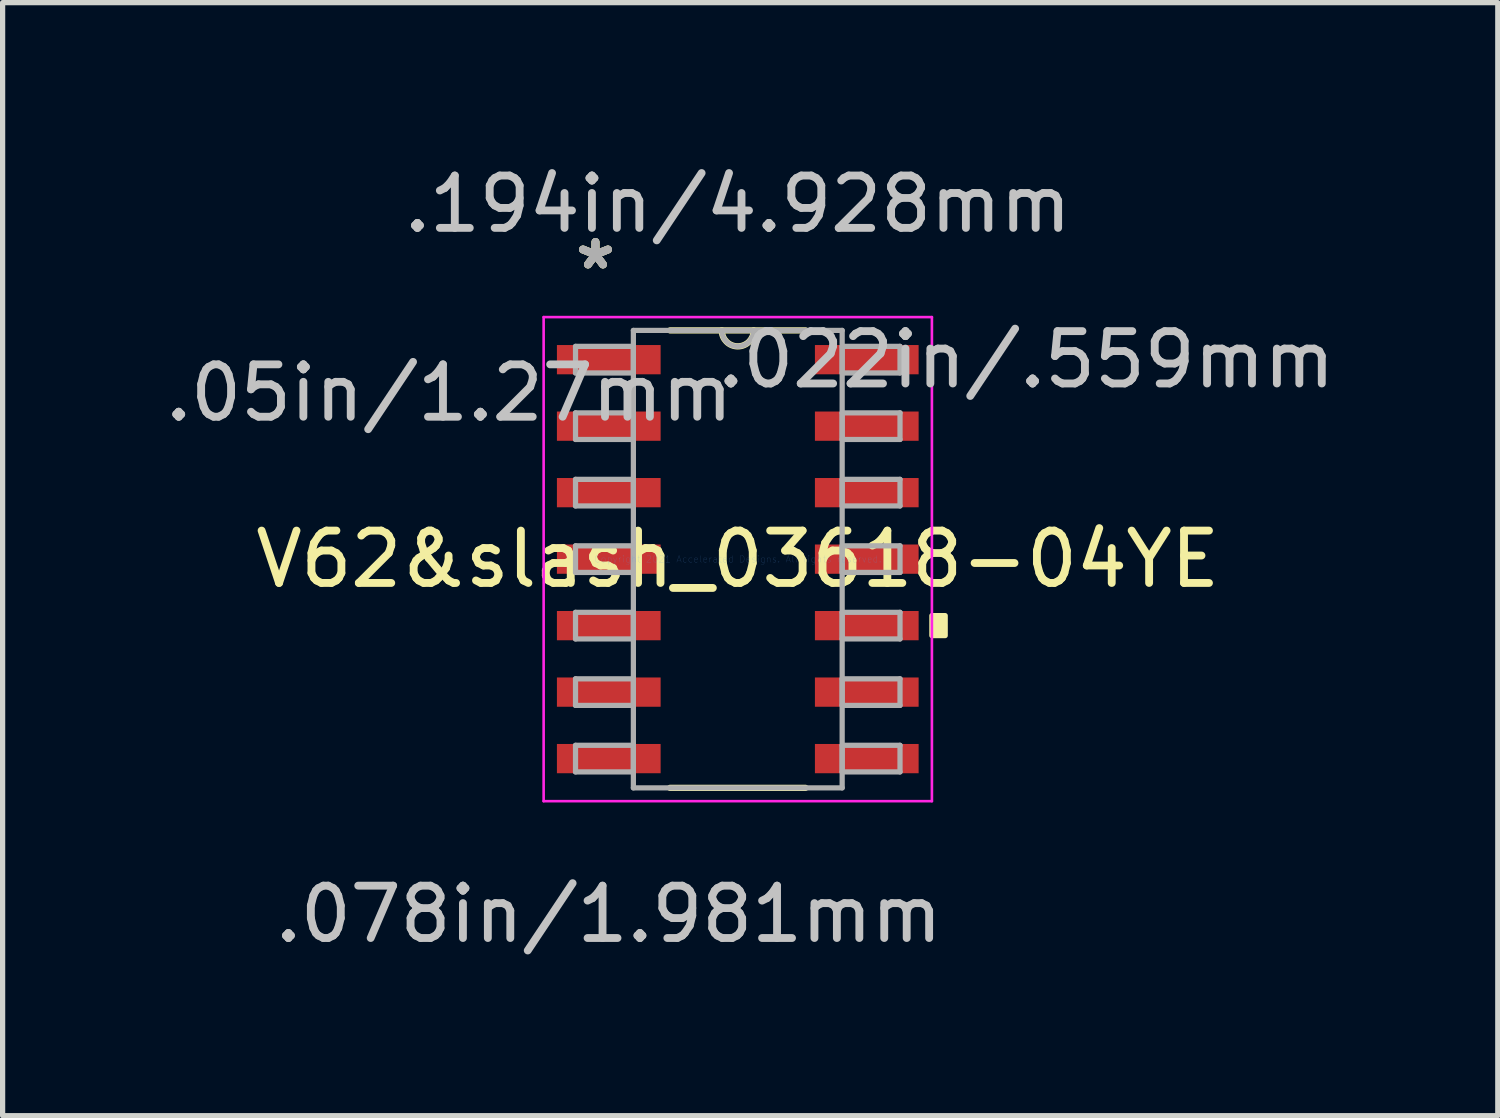
<source format=kicad_pcb>
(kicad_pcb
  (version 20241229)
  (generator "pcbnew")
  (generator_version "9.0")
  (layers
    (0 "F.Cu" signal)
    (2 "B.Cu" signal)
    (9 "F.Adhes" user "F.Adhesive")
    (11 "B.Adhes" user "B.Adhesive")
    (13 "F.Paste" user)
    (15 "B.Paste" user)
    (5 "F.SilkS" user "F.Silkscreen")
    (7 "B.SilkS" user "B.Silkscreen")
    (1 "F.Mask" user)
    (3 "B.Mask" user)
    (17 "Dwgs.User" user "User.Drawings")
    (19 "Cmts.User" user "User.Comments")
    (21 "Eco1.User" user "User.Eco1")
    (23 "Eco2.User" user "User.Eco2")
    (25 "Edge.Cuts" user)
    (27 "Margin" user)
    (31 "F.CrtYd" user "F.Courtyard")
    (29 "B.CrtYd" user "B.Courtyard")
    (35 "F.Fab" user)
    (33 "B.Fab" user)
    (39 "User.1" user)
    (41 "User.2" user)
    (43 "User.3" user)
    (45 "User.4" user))
  (footprint "V62&slash_03618-04YE"
    (layer "F.Cu")
    (at 11.042 7.63)
    (property "Reference" "V62&slash_03618-04YE" (at 0 0 0) (layer "F.SilkS") (effects (font (size 1 1) (thickness 0.15))))
    (attr through_hole)
    (fp_line (start -1.293 4.369) (end 1.293 4.369) (stroke (width 0.12) (type solid)) (layer "F.SilkS"))
    (fp_line (start 1.293 -4.369) (end -1.293 -4.369) (stroke (width 0.12) (type solid)) (layer "F.SilkS"))
    (fp_arc (start 0.3048 -4.3688) (mid 0 -4.064) (end -0.3048 -4.3688) (stroke (width 0.12) (type solid)) (layer "F.SilkS"))
    (fp_poly (pts (xy 3.962 1.079) (xy 3.962 1.46) (xy 3.708 1.46) (xy 3.708 1.079)) (stroke (width 0.1) (type solid)) (fill yes) (layer "F.SilkS"))
    (fp_line (start -3.708 -4.623) (end 3.708 -4.623) (stroke (width 0.05) (type solid)) (layer "F.CrtYd"))
    (fp_line (start -3.708 4.623) (end -3.708 -4.623) (stroke (width 0.05) (type solid)) (layer "F.CrtYd"))
    (fp_line (start 3.708 -4.623) (end 3.708 4.623) (stroke (width 0.05) (type solid)) (layer "F.CrtYd"))
    (fp_line (start 3.708 4.623) (end -3.708 4.623) (stroke (width 0.05) (type solid)) (layer "F.CrtYd"))
    (fp_line (start -3.099 -4.064) (end -3.099 -3.556) (stroke (width 0.1) (type solid)) (layer "F.Fab"))
    (fp_line (start -3.099 -3.556) (end -1.994 -3.556) (stroke (width 0.1) (type solid)) (layer "F.Fab"))
    (fp_line (start -3.099 -2.794) (end -3.099 -2.286) (stroke (width 0.1) (type solid)) (layer "F.Fab"))
    (fp_line (start -3.099 -2.286) (end -1.994 -2.286) (stroke (width 0.1) (type solid)) (layer "F.Fab"))
    (fp_line (start -3.099 -1.524) (end -3.099 -1.016) (stroke (width 0.1) (type solid)) (layer "F.Fab"))
    (fp_line (start -3.099 -1.016) (end -1.994 -1.016) (stroke (width 0.1) (type solid)) (layer "F.Fab"))
    (fp_line (start -3.099 -0.254) (end -3.099 0.254) (stroke (width 0.1) (type solid)) (layer "F.Fab"))
    (fp_line (start -3.099 0.254) (end -1.994 0.254) (stroke (width 0.1) (type solid)) (layer "F.Fab"))
    (fp_line (start -3.099 1.016) (end -3.099 1.524) (stroke (width 0.1) (type solid)) (layer "F.Fab"))
    (fp_line (start -3.099 1.524) (end -1.994 1.524) (stroke (width 0.1) (type solid)) (layer "F.Fab"))
    (fp_line (start -3.099 2.286) (end -3.099 2.794) (stroke (width 0.1) (type solid)) (layer "F.Fab"))
    (fp_line (start -3.099 2.794) (end -1.994 2.794) (stroke (width 0.1) (type solid)) (layer "F.Fab"))
    (fp_line (start -3.099 3.556) (end -3.099 4.064) (stroke (width 0.1) (type solid)) (layer "F.Fab"))
    (fp_line (start -3.099 4.064) (end -1.994 4.064) (stroke (width 0.1) (type solid)) (layer "F.Fab"))
    (fp_line (start -1.994 -4.369) (end -1.994 4.369) (stroke (width 0.1) (type solid)) (layer "F.Fab"))
    (fp_line (start -1.994 -4.064) (end -3.099 -4.064) (stroke (width 0.1) (type solid)) (layer "F.Fab"))
    (fp_line (start -1.994 -3.556) (end -1.994 -4.064) (stroke (width 0.1) (type solid)) (layer "F.Fab"))
    (fp_line (start -1.994 -2.794) (end -3.099 -2.794) (stroke (width 0.1) (type solid)) (layer "F.Fab"))
    (fp_line (start -1.994 -2.286) (end -1.994 -2.794) (stroke (width 0.1) (type solid)) (layer "F.Fab"))
    (fp_line (start -1.994 -1.524) (end -3.099 -1.524) (stroke (width 0.1) (type solid)) (layer "F.Fab"))
    (fp_line (start -1.994 -1.016) (end -1.994 -1.524) (stroke (width 0.1) (type solid)) (layer "F.Fab"))
    (fp_line (start -1.994 -0.254) (end -3.099 -0.254) (stroke (width 0.1) (type solid)) (layer "F.Fab"))
    (fp_line (start -1.994 0.254) (end -1.994 -0.254) (stroke (width 0.1) (type solid)) (layer "F.Fab"))
    (fp_line (start -1.994 1.016) (end -3.099 1.016) (stroke (width 0.1) (type solid)) (layer "F.Fab"))
    (fp_line (start -1.994 1.524) (end -1.994 1.016) (stroke (width 0.1) (type solid)) (layer "F.Fab"))
    (fp_line (start -1.994 2.286) (end -3.099 2.286) (stroke (width 0.1) (type solid)) (layer "F.Fab"))
    (fp_line (start -1.994 2.794) (end -1.994 2.286) (stroke (width 0.1) (type solid)) (layer "F.Fab"))
    (fp_line (start -1.994 3.556) (end -3.099 3.556) (stroke (width 0.1) (type solid)) (layer "F.Fab"))
    (fp_line (start -1.994 4.064) (end -1.994 3.556) (stroke (width 0.1) (type solid)) (layer "F.Fab"))
    (fp_line (start -1.994 4.369) (end 1.994 4.369) (stroke (width 0.1) (type solid)) (layer "F.Fab"))
    (fp_line (start 1.994 -4.369) (end -1.994 -4.369) (stroke (width 0.1) (type solid)) (layer "F.Fab"))
    (fp_line (start 1.994 -4.064) (end 1.994 -3.556) (stroke (width 0.1) (type solid)) (layer "F.Fab"))
    (fp_line (start 1.994 -3.556) (end 3.099 -3.556) (stroke (width 0.1) (type solid)) (layer "F.Fab"))
    (fp_line (start 1.994 -2.794) (end 1.994 -2.286) (stroke (width 0.1) (type solid)) (layer "F.Fab"))
    (fp_line (start 1.994 -2.286) (end 3.099 -2.286) (stroke (width 0.1) (type solid)) (layer "F.Fab"))
    (fp_line (start 1.994 -1.524) (end 1.994 -1.016) (stroke (width 0.1) (type solid)) (layer "F.Fab"))
    (fp_line (start 1.994 -1.016) (end 3.099 -1.016) (stroke (width 0.1) (type solid)) (layer "F.Fab"))
    (fp_line (start 1.994 -0.254) (end 1.994 0.254) (stroke (width 0.1) (type solid)) (layer "F.Fab"))
    (fp_line (start 1.994 0.254) (end 3.099 0.254) (stroke (width 0.1) (type solid)) (layer "F.Fab"))
    (fp_line (start 1.994 1.016) (end 1.994 1.524) (stroke (width 0.1) (type solid)) (layer "F.Fab"))
    (fp_line (start 1.994 1.524) (end 3.099 1.524) (stroke (width 0.1) (type solid)) (layer "F.Fab"))
    (fp_line (start 1.994 2.286) (end 1.994 2.794) (stroke (width 0.1) (type solid)) (layer "F.Fab"))
    (fp_line (start 1.994 2.794) (end 3.099 2.794) (stroke (width 0.1) (type solid)) (layer "F.Fab"))
    (fp_line (start 1.994 3.556) (end 1.994 4.064) (stroke (width 0.1) (type solid)) (layer "F.Fab"))
    (fp_line (start 1.994 4.064) (end 3.099 4.064) (stroke (width 0.1) (type solid)) (layer "F.Fab"))
    (fp_line (start 1.994 4.369) (end 1.994 -4.369) (stroke (width 0.1) (type solid)) (layer "F.Fab"))
    (fp_line (start 3.099 -4.064) (end 1.994 -4.064) (stroke (width 0.1) (type solid)) (layer "F.Fab"))
    (fp_line (start 3.099 -3.556) (end 3.099 -4.064) (stroke (width 0.1) (type solid)) (layer "F.Fab"))
    (fp_line (start 3.099 -2.794) (end 1.994 -2.794) (stroke (width 0.1) (type solid)) (layer "F.Fab"))
    (fp_line (start 3.099 -2.286) (end 3.099 -2.794) (stroke (width 0.1) (type solid)) (layer "F.Fab"))
    (fp_line (start 3.099 -1.524) (end 1.994 -1.524) (stroke (width 0.1) (type solid)) (layer "F.Fab"))
    (fp_line (start 3.099 -1.016) (end 3.099 -1.524) (stroke (width 0.1) (type solid)) (layer "F.Fab"))
    (fp_line (start 3.099 -0.254) (end 1.994 -0.254) (stroke (width 0.1) (type solid)) (layer "F.Fab"))
    (fp_line (start 3.099 0.254) (end 3.099 -0.254) (stroke (width 0.1) (type solid)) (layer "F.Fab"))
    (fp_line (start 3.099 1.016) (end 1.994 1.016) (stroke (width 0.1) (type solid)) (layer "F.Fab"))
    (fp_line (start 3.099 1.524) (end 3.099 1.016) (stroke (width 0.1) (type solid)) (layer "F.Fab"))
    (fp_line (start 3.099 2.286) (end 1.994 2.286) (stroke (width 0.1) (type solid)) (layer "F.Fab"))
    (fp_line (start 3.099 2.794) (end 3.099 2.286) (stroke (width 0.1) (type solid)) (layer "F.Fab"))
    (fp_line (start 3.099 3.556) (end 1.994 3.556) (stroke (width 0.1) (type solid)) (layer "F.Fab"))
    (fp_line (start 3.099 4.064) (end 3.099 3.556) (stroke (width 0.1) (type solid)) (layer "F.Fab"))
    (fp_arc (start 0.3048 -4.3688) (mid 0 -4.064) (end -0.3048 -4.3688) (stroke (width 0.1) (type solid)) (layer "F.Fab"))
    (fp_text user "*" (at -2.718 -5.512 0) (layer "F.SilkS") (effects (font (size 1 1) (thickness 0.15))))
    (fp_text user "*" (at -2.718 -5.512 0) (layer "F.SilkS") (effects (font (size 1 1) (thickness 0.15))))
    (fp_text user ".078in/1.981mm" (at -2.464 6.782 0) (layer "Dwgs.User") (effects (font (size 1 1) (thickness 0.15))))
    (fp_text user ".194in/4.928mm" (at 0 -6.782 0) (layer "Dwgs.User") (effects (font (size 1 1) (thickness 0.15))))
    (fp_text user ".05in/1.27mm" (at -5.512 -3.175 0) (layer "Dwgs.User") (effects (font (size 1 1) (thickness 0.15))))
    (fp_text user ".022in/.559mm" (at 5.512 -3.81 0) (layer "Dwgs.User") (effects (font (size 1 1) (thickness 0.15))))
    (fp_text user "Copyright 2021 Accelerated Designs. All rights reserved." (at 0 0 0) (layer "Cmts.User") (effects (font (size 0.127 0.127) (thickness 0.002))))
    (fp_text user "*" (at -2.718 -5.512 0) (layer "F.Fab") (effects (font (size 1 1) (thickness 0.15))))
    (fp_text user "*" (at -2.718 -5.512 0) (layer "F.Fab") (effects (font (size 1 1) (thickness 0.15))))
    (pad "1" smd rect (at -2.464 -3.81) (size 1.981 0.559) (layers "F.Cu" "F.Mask" "F.Paste"))
    (pad "2" smd rect (at -2.464 -2.54) (size 1.981 0.559) (layers "F.Cu" "F.Mask" "F.Paste"))
    (pad "3" smd rect (at -2.464 -1.27) (size 1.981 0.559) (layers "F.Cu" "F.Mask" "F.Paste"))
    (pad "4" smd rect (at -2.464 0) (size 1.981 0.559) (layers "F.Cu" "F.Mask" "F.Paste"))
    (pad "5" smd rect (at -2.464 1.27) (size 1.981 0.559) (layers "F.Cu" "F.Mask" "F.Paste"))
    (pad "6" smd rect (at -2.464 2.54) (size 1.981 0.559) (layers "F.Cu" "F.Mask" "F.Paste"))
    (pad "7" smd rect (at -2.464 3.81) (size 1.981 0.559) (layers "F.Cu" "F.Mask" "F.Paste"))
    (pad "8" smd rect (at 2.464 3.81) (size 1.981 0.559) (layers "F.Cu" "F.Mask" "F.Paste"))
    (pad "9" smd rect (at 2.464 2.54) (size 1.981 0.559) (layers "F.Cu" "F.Mask" "F.Paste"))
    (pad "10" smd rect (at 2.464 1.27) (size 1.981 0.559) (layers "F.Cu" "F.Mask" "F.Paste"))
    (pad "11" smd rect (at 2.464 0) (size 1.981 0.559) (layers "F.Cu" "F.Mask" "F.Paste"))
    (pad "12" smd rect (at 2.464 -1.27) (size 1.981 0.559) (layers "F.Cu" "F.Mask" "F.Paste"))
    (pad "13" smd rect (at 2.464 -2.54) (size 1.981 0.559) (layers "F.Cu" "F.Mask" "F.Paste"))
    (pad "14" smd rect (at 2.464 -3.81) (size 1.981 0.559) (layers "F.Cu" "F.Mask" "F.Paste")))
  (gr_rect
    (start -3 -3)
    (end 25.559 18.26)
    (stroke (width 0.1) (type default))
    (fill no)
    (layer "Edge.Cuts")))
</source>
